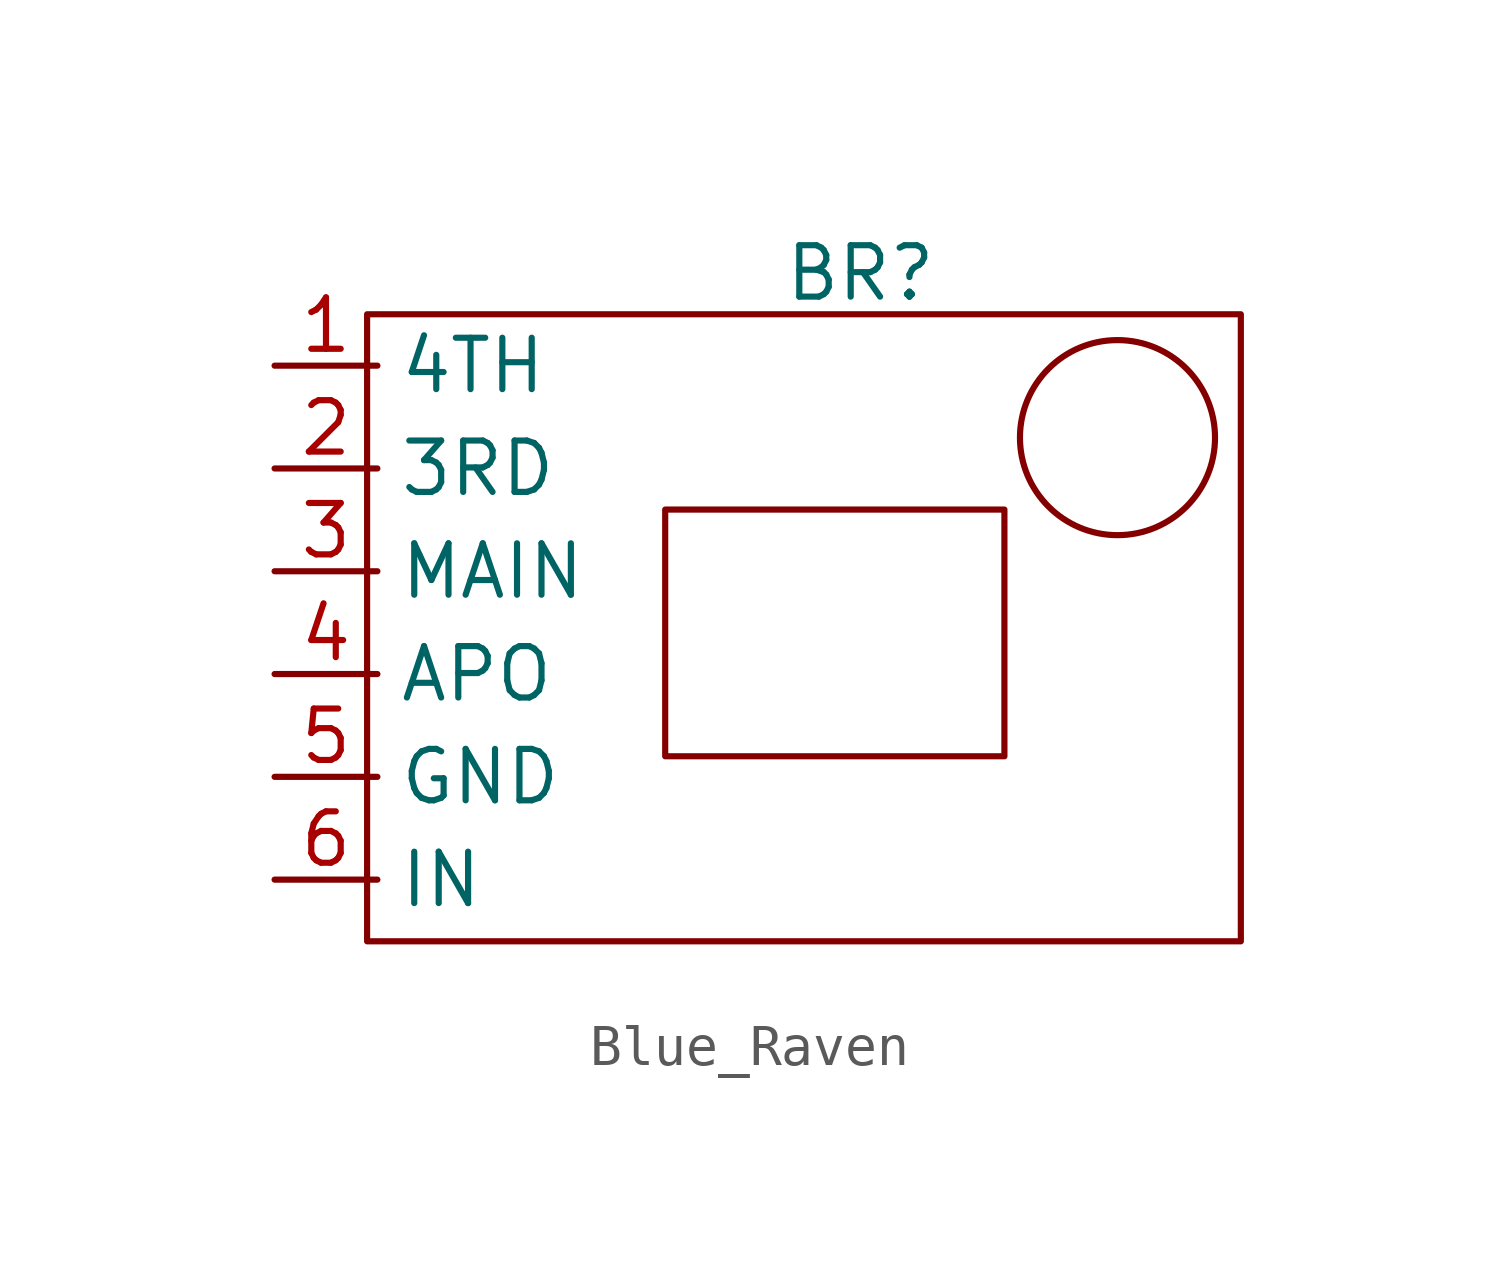
<source format=kicad_sym>
(kicad_symbol_lib
  (version 20231120)
  (generator "kicad_symbol_editor")
  (generator_version "8.0")
  (symbol "Blue_Raven"
    (property "Reference" "BR"
      (at -5.588 1.016 0)
      (effects (font (size 1.27 1.27))))
    (property "Value" ""
      (at 0 0 0)
      (effects (font (size 1.27 1.27))))
    (symbol "Blue_Raven_0_1"
      (rectangle (start -17.78 0) (end 3.81 -15.494) (stroke (width 0) (type default)) (fill (type none)))
      (rectangle (start -10.414 -4.826) (end -2.032 -10.922) (stroke (width 0) (type default)) (fill (type none)))
      (circle (center 0.762 -3.048) (radius 2.41) (stroke (width 0) (type default)) (fill (type none))))
    (symbol "Blue_Raven_1_1"
      (pin power_in line (at -20.066 -1.27 0) (length 2.54) (name "4TH" (effects (font (size 1.27 1.27)))) (number "1" (effects (font (size 1.27 1.27)))))
      (pin power_in line (at -20.066 -3.81 0) (length 2.54) (name "3RD" (effects (font (size 1.27 1.27)))) (number "2" (effects (font (size 1.27 1.27)))))
      (pin input line (at -20.066 -6.35 0) (length 2.54) (name "MAIN" (effects (font (size 1.27 1.27)))) (number "3" (effects (font (size 1.27 1.27)))))
      (pin input line (at -20.066 -8.89 0) (length 2.54) (name "APO" (effects (font (size 1.27 1.27)))) (number "4" (effects (font (size 1.27 1.27)))))
      (pin input line (at -20.066 -11.43 0) (length 2.54) (name "GND" (effects (font (size 1.27 1.27)))) (number "5" (effects (font (size 1.27 1.27)))))
      (pin input line (at -20.066 -13.97 0) (length 2.54) (name "IN" (effects (font (size 1.27 1.27)))) (number "6" (effects (font (size 1.27 1.27))))))))
</source>
